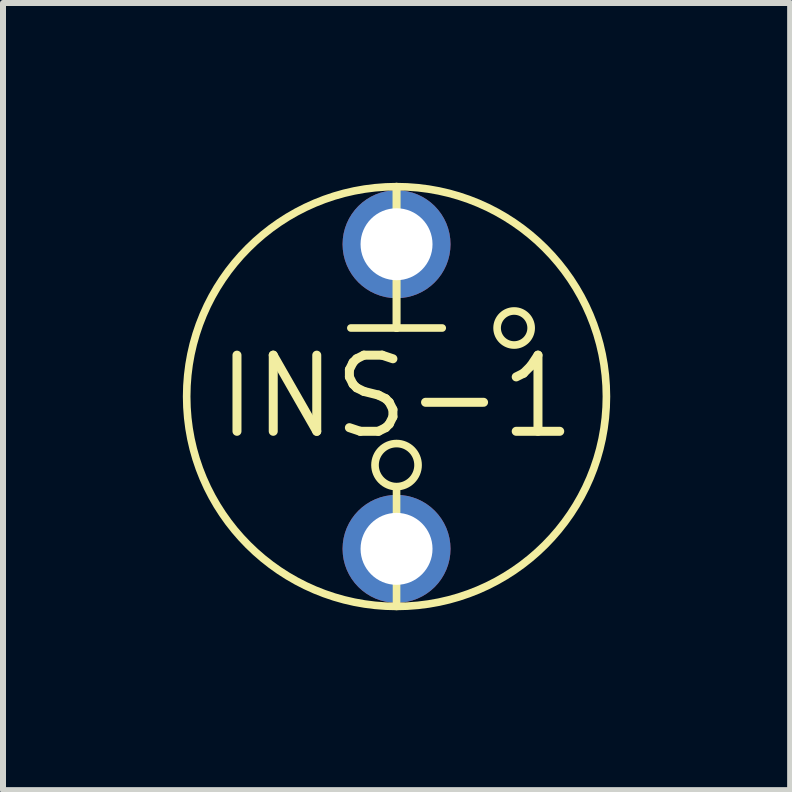
<source format=kicad_pcb>
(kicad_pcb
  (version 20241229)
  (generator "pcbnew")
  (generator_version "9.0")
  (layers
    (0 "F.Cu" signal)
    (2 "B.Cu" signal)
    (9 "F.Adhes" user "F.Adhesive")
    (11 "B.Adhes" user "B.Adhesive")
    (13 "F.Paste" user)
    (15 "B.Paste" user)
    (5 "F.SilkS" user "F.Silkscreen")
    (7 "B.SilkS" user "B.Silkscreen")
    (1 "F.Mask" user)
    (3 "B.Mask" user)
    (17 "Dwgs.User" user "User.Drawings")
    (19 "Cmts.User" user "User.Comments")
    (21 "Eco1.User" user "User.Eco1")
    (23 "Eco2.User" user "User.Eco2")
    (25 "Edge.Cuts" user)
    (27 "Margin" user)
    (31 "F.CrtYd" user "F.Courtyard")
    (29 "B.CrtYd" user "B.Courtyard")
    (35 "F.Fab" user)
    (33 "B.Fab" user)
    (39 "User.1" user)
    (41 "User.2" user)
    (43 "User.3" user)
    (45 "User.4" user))
  (footprint "INS-1"
    (layer "F.Cu")
    (at 3.563 3.563)
    (property "Reference" "INS-1" (at 0 0 0) (layer "F.SilkS") (effects (font (size 1.27 1.27) (thickness 0.15))))
    (fp_line (start 0 -3.5) (end 0 -1.143) (stroke (width 0.127) (type solid)) (layer "F.SilkS"))
    (fp_line (start 0 -3.5) (end 0 -1.143) (stroke (width 0.127) (type solid)) (layer "F.SilkS"))
    (fp_line (start 0 -1.143) (end -0.762 -1.143) (stroke (width 0.127) (type solid)) (layer "F.SilkS"))
    (fp_line (start 0 -1.143) (end 0.762 -1.143) (stroke (width 0.127) (type solid)) (layer "F.SilkS"))
    (fp_line (start 0 3.5) (end 0 1.524) (stroke (width 0.127) (type solid)) (layer "F.SilkS"))
    (fp_circle (center 0 0) (end 3.5 0) (stroke (width 0.127) (type solid)) (fill no) (layer "F.SilkS"))
    (fp_circle (center 0 1.143) (end 0.359 1.143) (stroke (width 0.127) (type solid)) (fill no) (layer "F.SilkS"))
    (fp_circle (center 1.961 -1.143) (end 2.245 -1.143) (stroke (width 0.127) (type solid)) (fill no) (layer "F.SilkS"))
    (pad "A" thru_hole circle (at 0 -2.54) (size 1.8 1.8) (drill 1.2) (layers "*.Cu" "*.Mask"))
    (pad "C" thru_hole circle (at 0 2.54) (size 1.8 1.8) (drill 1.2) (layers "*.Cu" "*.Mask")))
  (gr_rect
    (start -3 -3)
    (end 10.127 10.127)
    (stroke (width 0.1) (type default))
    (fill no)
    (layer "Edge.Cuts")))
</source>
